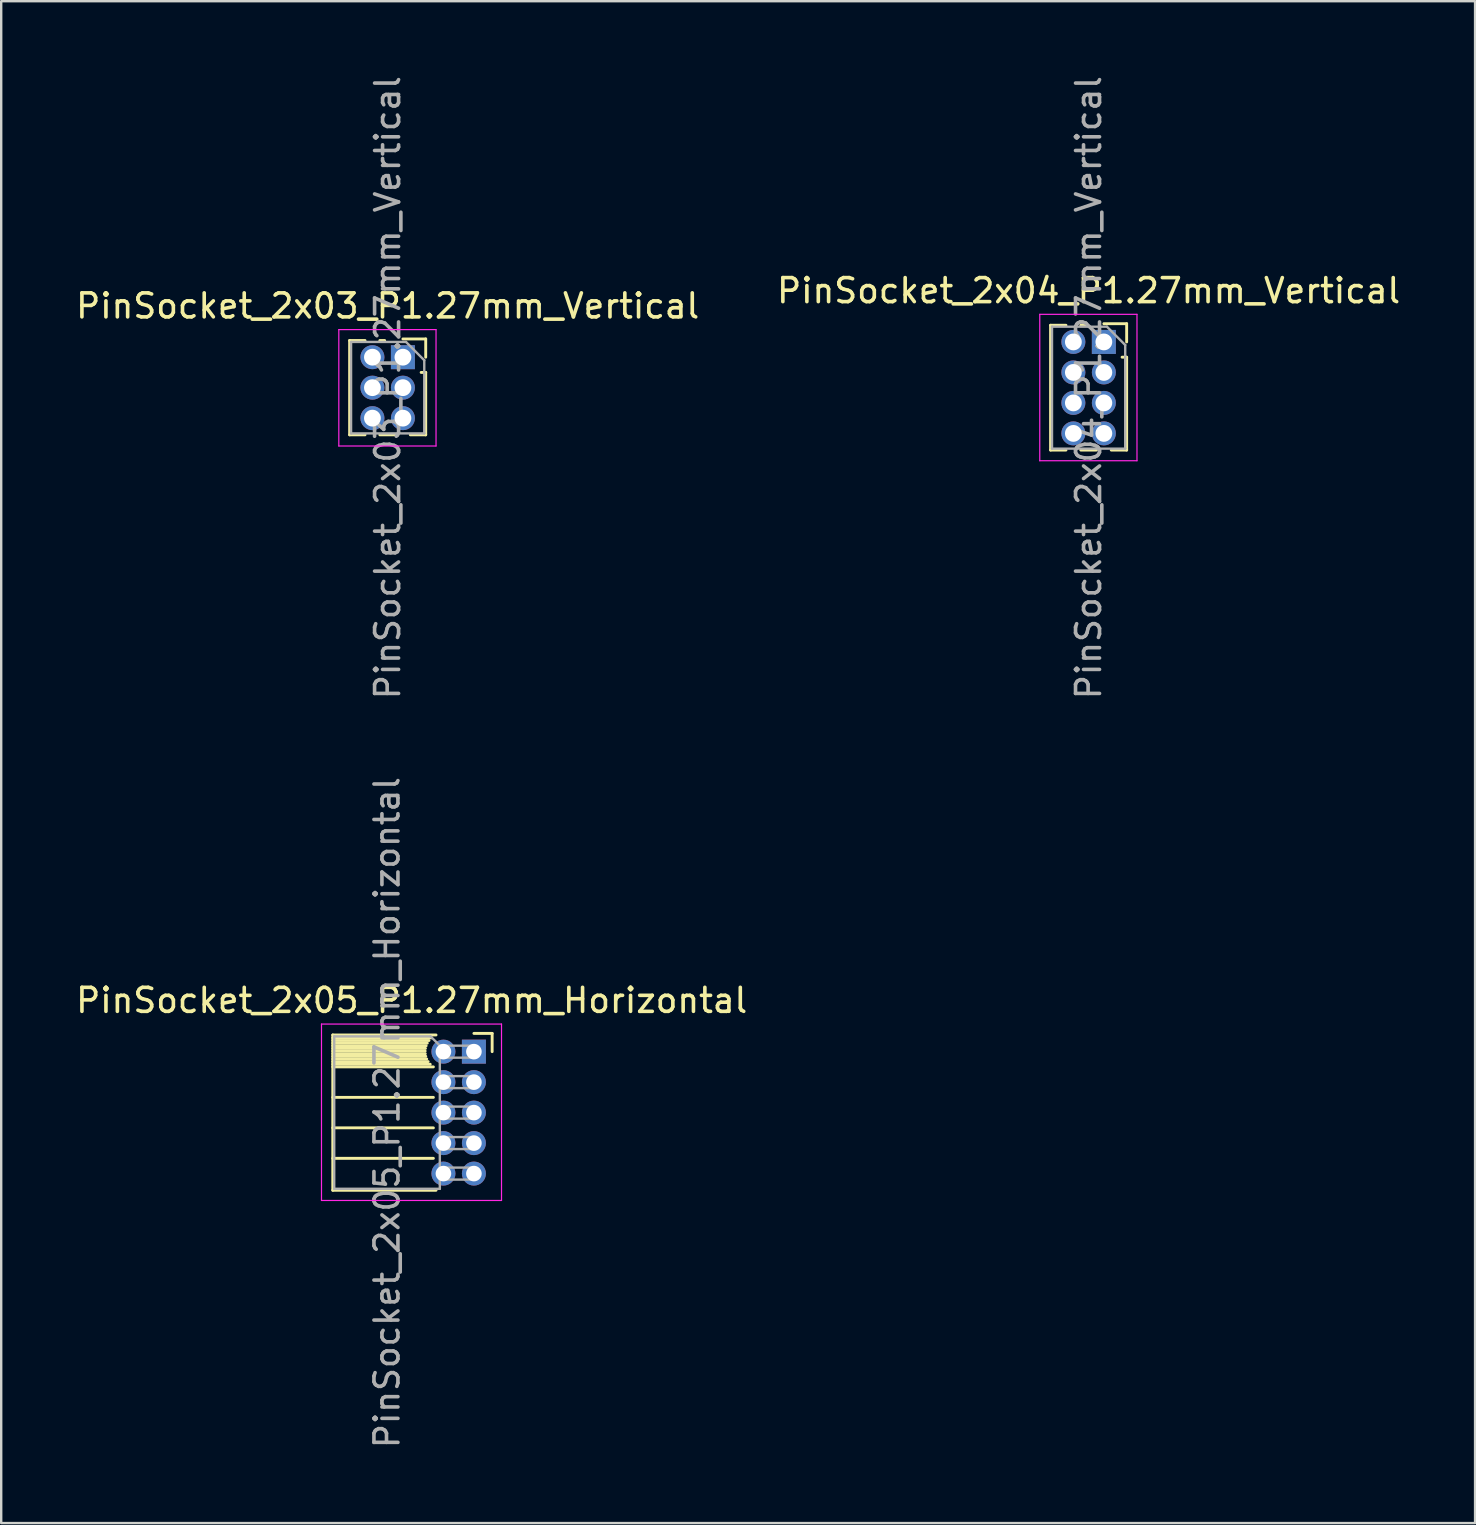
<source format=kicad_pcb>
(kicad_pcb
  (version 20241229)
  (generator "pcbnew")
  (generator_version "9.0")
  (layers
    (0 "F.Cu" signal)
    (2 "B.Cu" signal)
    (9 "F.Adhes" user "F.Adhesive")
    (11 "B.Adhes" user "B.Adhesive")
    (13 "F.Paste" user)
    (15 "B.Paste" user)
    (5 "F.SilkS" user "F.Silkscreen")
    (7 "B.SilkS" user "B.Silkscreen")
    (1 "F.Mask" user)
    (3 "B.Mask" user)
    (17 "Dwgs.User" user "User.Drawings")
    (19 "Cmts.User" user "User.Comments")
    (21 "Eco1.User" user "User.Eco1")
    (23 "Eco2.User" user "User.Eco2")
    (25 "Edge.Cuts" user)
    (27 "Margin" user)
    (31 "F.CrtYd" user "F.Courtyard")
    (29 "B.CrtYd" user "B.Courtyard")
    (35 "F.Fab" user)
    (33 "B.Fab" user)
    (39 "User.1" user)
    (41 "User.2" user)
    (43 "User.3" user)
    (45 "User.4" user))
  (footprint "PinSocket_2x05_P1.27mm_Horizontal"
    (layer "F.Cu")
    (at 16.694 40.764)
    (property "Reference" "PinSocket_2x05_P1.27mm_Horizontal" (at -2.592 -2.135 0) (layer "F.SilkS") (effects (font (size 1 1) (thickness 0.15))))
    (attr through_hole)
    (fp_line (start -5.88 -0.695) (end -5.88 5.775) (stroke (width 0.12) (type solid)) (layer "F.SilkS"))
    (fp_line (start -5.88 -0.695) (end -1.578 -0.695) (stroke (width 0.12) (type solid)) (layer "F.SilkS"))
    (fp_line (start -5.88 -0.575) (end -1.767 -0.575) (stroke (width 0.12) (type solid)) (layer "F.SilkS"))
    (fp_line (start -5.88 -0.465) (end -1.871 -0.465) (stroke (width 0.12) (type solid)) (layer "F.SilkS"))
    (fp_line (start -5.88 -0.355) (end -1.942 -0.355) (stroke (width 0.12) (type solid)) (layer "F.SilkS"))
    (fp_line (start -5.88 -0.245) (end -1.989 -0.245) (stroke (width 0.12) (type solid)) (layer "F.SilkS"))
    (fp_line (start -5.88 -0.135) (end -2.018 -0.135) (stroke (width 0.12) (type solid)) (layer "F.SilkS"))
    (fp_line (start -5.88 -0.025) (end -2.03 -0.025) (stroke (width 0.12) (type solid)) (layer "F.SilkS"))
    (fp_line (start -5.88 0.085) (end -2.025 0.085) (stroke (width 0.12) (type solid)) (layer "F.SilkS"))
    (fp_line (start -5.88 0.195) (end -2.005 0.195) (stroke (width 0.12) (type solid)) (layer "F.SilkS"))
    (fp_line (start -5.88 0.305) (end -1.966 0.305) (stroke (width 0.12) (type solid)) (layer "F.SilkS"))
    (fp_line (start -5.88 0.415) (end -1.907 0.415) (stroke (width 0.12) (type solid)) (layer "F.SilkS"))
    (fp_line (start -5.88 0.525) (end -1.82 0.525) (stroke (width 0.12) (type solid)) (layer "F.SilkS"))
    (fp_line (start -5.88 0.635) (end -1.688 0.635) (stroke (width 0.12) (type solid)) (layer "F.SilkS"))
    (fp_line (start -5.88 1.905) (end -1.688 1.905) (stroke (width 0.12) (type solid)) (layer "F.SilkS"))
    (fp_line (start -5.88 3.175) (end -1.688 3.175) (stroke (width 0.12) (type solid)) (layer "F.SilkS"))
    (fp_line (start -5.88 4.445) (end -1.688 4.445) (stroke (width 0.12) (type solid)) (layer "F.SilkS"))
    (fp_line (start -5.88 5.775) (end -1.578 5.775) (stroke (width 0.12) (type solid)) (layer "F.SilkS"))
    (fp_line (start 0 -0.76) (end 0.76 -0.76) (stroke (width 0.12) (type solid)) (layer "F.SilkS"))
    (fp_line (start 0.76 -0.76) (end 0.76 0) (stroke (width 0.12) (type solid)) (layer "F.SilkS"))
    (fp_line (start -6.35 -1.15) (end -6.35 6.2) (stroke (width 0.05) (type solid)) (layer "F.CrtYd"))
    (fp_line (start -6.35 6.2) (end 1.15 6.2) (stroke (width 0.05) (type solid)) (layer "F.CrtYd"))
    (fp_line (start 1.15 -1.15) (end -6.35 -1.15) (stroke (width 0.05) (type solid)) (layer "F.CrtYd"))
    (fp_line (start 1.15 6.2) (end 1.15 -1.15) (stroke (width 0.05) (type solid)) (layer "F.CrtYd"))
    (fp_line (start -5.82 -0.635) (end -1.805 -0.635) (stroke (width 0.1) (type solid)) (layer "F.Fab"))
    (fp_line (start -5.82 5.715) (end -5.82 -0.635) (stroke (width 0.1) (type solid)) (layer "F.Fab"))
    (fp_line (start -1.805 -0.635) (end -1.42 -0.25) (stroke (width 0.1) (type solid)) (layer "F.Fab"))
    (fp_line (start -1.42 -0.25) (end -1.42 5.715) (stroke (width 0.1) (type solid)) (layer "F.Fab"))
    (fp_line (start -1.42 0.25) (end 0 0.25) (stroke (width 0.1) (type solid)) (layer "F.Fab"))
    (fp_line (start -1.42 1.52) (end 0 1.52) (stroke (width 0.1) (type solid)) (layer "F.Fab"))
    (fp_line (start -1.42 2.79) (end 0 2.79) (stroke (width 0.1) (type solid)) (layer "F.Fab"))
    (fp_line (start -1.42 4.06) (end 0 4.06) (stroke (width 0.1) (type solid)) (layer "F.Fab"))
    (fp_line (start -1.42 5.33) (end 0 5.33) (stroke (width 0.1) (type solid)) (layer "F.Fab"))
    (fp_line (start -1.42 5.715) (end -5.82 5.715) (stroke (width 0.1) (type solid)) (layer "F.Fab"))
    (fp_line (start 0 -0.25) (end -1.42 -0.25) (stroke (width 0.1) (type solid)) (layer "F.Fab"))
    (fp_line (start 0 0.25) (end 0 -0.25) (stroke (width 0.1) (type solid)) (layer "F.Fab"))
    (fp_line (start 0 1.02) (end -1.42 1.02) (stroke (width 0.1) (type solid)) (layer "F.Fab"))
    (fp_line (start 0 1.52) (end 0 1.02) (stroke (width 0.1) (type solid)) (layer "F.Fab"))
    (fp_line (start 0 2.29) (end -1.42 2.29) (stroke (width 0.1) (type solid)) (layer "F.Fab"))
    (fp_line (start 0 2.79) (end 0 2.29) (stroke (width 0.1) (type solid)) (layer "F.Fab"))
    (fp_line (start 0 3.56) (end -1.42 3.56) (stroke (width 0.1) (type solid)) (layer "F.Fab"))
    (fp_line (start 0 4.06) (end 0 3.56) (stroke (width 0.1) (type solid)) (layer "F.Fab"))
    (fp_line (start 0 4.83) (end -1.42 4.83) (stroke (width 0.1) (type solid)) (layer "F.Fab"))
    (fp_line (start 0 5.33) (end 0 4.83) (stroke (width 0.1) (type solid)) (layer "F.Fab"))
    (fp_text user "${REFERENCE}" (at -3.62 2.54 90) (layer "F.Fab") (effects (font (size 1 1) (thickness 0.15))))
    (pad "1" thru_hole rect (at 0 0) (size 1 1) (drill 0.65) (layers "*.Cu" "*.Mask"))
    (pad "2" thru_hole oval (at -1.27 0) (size 1 1) (drill 0.65) (layers "*.Cu" "*.Mask"))
    (pad "3" thru_hole oval (at 0 1.27) (size 1 1) (drill 0.65) (layers "*.Cu" "*.Mask"))
    (pad "4" thru_hole oval (at -1.27 1.27) (size 1 1) (drill 0.65) (layers "*.Cu" "*.Mask"))
    (pad "5" thru_hole oval (at 0 2.54) (size 1 1) (drill 0.65) (layers "*.Cu" "*.Mask"))
    (pad "6" thru_hole oval (at -1.27 2.54) (size 1 1) (drill 0.65) (layers "*.Cu" "*.Mask"))
    (pad "7" thru_hole oval (at 0 3.81) (size 1 1) (drill 0.65) (layers "*.Cu" "*.Mask"))
    (pad "8" thru_hole oval (at -1.27 3.81) (size 1 1) (drill 0.65) (layers "*.Cu" "*.Mask"))
    (pad "9" thru_hole oval (at 0 5.08) (size 1 1) (drill 0.65) (layers "*.Cu" "*.Mask"))
    (pad "10" thru_hole oval (at -1.27 5.08) (size 1 1) (drill 0.65) (layers "*.Cu" "*.Mask")))
  (footprint "PinSocket_2x04_P1.27mm_Vertical"
    (layer "F.Cu")
    (at 42.939 11.196)
    (property "Reference" "PinSocket_2x04_P1.27mm_Vertical" (at -0.635 -2.135 0) (layer "F.SilkS") (effects (font (size 1 1) (thickness 0.15))))
    (attr through_hole)
    (fp_line (start -2.22 -0.695) (end -2.22 4.505) (stroke (width 0.12) (type solid)) (layer "F.SilkS"))
    (fp_line (start -2.22 -0.695) (end -1.578 -0.695) (stroke (width 0.12) (type solid)) (layer "F.SilkS"))
    (fp_line (start -2.22 4.505) (end -1.578 4.505) (stroke (width 0.12) (type solid)) (layer "F.SilkS"))
    (fp_line (start -0.962 -0.695) (end -0.76 -0.695) (stroke (width 0.12) (type solid)) (layer "F.SilkS"))
    (fp_line (start -0.962 4.505) (end -0.308 4.505) (stroke (width 0.12) (type solid)) (layer "F.SilkS"))
    (fp_line (start 0 -0.76) (end 0.95 -0.76) (stroke (width 0.12) (type solid)) (layer "F.SilkS"))
    (fp_line (start 0.308 4.505) (end 0.95 4.505) (stroke (width 0.12) (type solid)) (layer "F.SilkS"))
    (fp_line (start 0.76 0.635) (end 0.95 0.635) (stroke (width 0.12) (type solid)) (layer "F.SilkS"))
    (fp_line (start 0.95 -0.76) (end 0.95 0) (stroke (width 0.12) (type solid)) (layer "F.SilkS"))
    (fp_line (start 0.95 0.635) (end 0.95 4.505) (stroke (width 0.12) (type solid)) (layer "F.SilkS"))
    (fp_line (start -2.67 -1.15) (end 1.38 -1.15) (stroke (width 0.05) (type solid)) (layer "F.CrtYd"))
    (fp_line (start -2.67 4.95) (end -2.67 -1.15) (stroke (width 0.05) (type solid)) (layer "F.CrtYd"))
    (fp_line (start 1.38 -1.15) (end 1.38 4.95) (stroke (width 0.05) (type solid)) (layer "F.CrtYd"))
    (fp_line (start 1.38 4.95) (end -2.67 4.95) (stroke (width 0.05) (type solid)) (layer "F.CrtYd"))
    (fp_line (start -2.16 -0.635) (end 0.128 -0.635) (stroke (width 0.1) (type solid)) (layer "F.Fab"))
    (fp_line (start -2.16 4.445) (end -2.16 -0.635) (stroke (width 0.1) (type solid)) (layer "F.Fab"))
    (fp_line (start 0.128 -0.635) (end 0.89 0.128) (stroke (width 0.1) (type solid)) (layer "F.Fab"))
    (fp_line (start 0.89 0.128) (end 0.89 4.445) (stroke (width 0.1) (type solid)) (layer "F.Fab"))
    (fp_line (start 0.89 4.445) (end -2.16 4.445) (stroke (width 0.1) (type solid)) (layer "F.Fab"))
    (fp_text user "${REFERENCE}" (at -0.635 1.905 90) (layer "F.Fab") (effects (font (size 1 1) (thickness 0.15))))
    (pad "1" thru_hole rect (at 0 0) (size 1 1) (drill 0.7) (layers "*.Cu" "*.Mask"))
    (pad "2" thru_hole oval (at -1.27 0) (size 1 1) (drill 0.7) (layers "*.Cu" "*.Mask"))
    (pad "3" thru_hole oval (at 0 1.27) (size 1 1) (drill 0.7) (layers "*.Cu" "*.Mask"))
    (pad "4" thru_hole oval (at -1.27 1.27) (size 1 1) (drill 0.7) (layers "*.Cu" "*.Mask"))
    (pad "5" thru_hole oval (at 0 2.54) (size 1 1) (drill 0.7) (layers "*.Cu" "*.Mask"))
    (pad "6" thru_hole oval (at -1.27 2.54) (size 1 1) (drill 0.7) (layers "*.Cu" "*.Mask"))
    (pad "7" thru_hole oval (at 0 3.81) (size 1 1) (drill 0.7) (layers "*.Cu" "*.Mask"))
    (pad "8" thru_hole oval (at -1.27 3.81) (size 1 1) (drill 0.7) (layers "*.Cu" "*.Mask")))
  (footprint "PinSocket_2x03_P1.27mm_Vertical"
    (layer "F.Cu")
    (at 13.736 11.831)
    (property "Reference" "PinSocket_2x03_P1.27mm_Vertical" (at -0.635 -2.135 0) (layer "F.SilkS") (effects (font (size 1 1) (thickness 0.15))))
    (attr through_hole)
    (fp_line (start -2.22 -0.695) (end -2.22 3.235) (stroke (width 0.12) (type solid)) (layer "F.SilkS"))
    (fp_line (start -2.22 -0.695) (end -1.578 -0.695) (stroke (width 0.12) (type solid)) (layer "F.SilkS"))
    (fp_line (start -2.22 3.235) (end -1.578 3.235) (stroke (width 0.12) (type solid)) (layer "F.SilkS"))
    (fp_line (start -0.962 -0.695) (end -0.76 -0.695) (stroke (width 0.12) (type solid)) (layer "F.SilkS"))
    (fp_line (start -0.962 3.235) (end -0.308 3.235) (stroke (width 0.12) (type solid)) (layer "F.SilkS"))
    (fp_line (start 0 -0.76) (end 0.95 -0.76) (stroke (width 0.12) (type solid)) (layer "F.SilkS"))
    (fp_line (start 0.308 3.235) (end 0.95 3.235) (stroke (width 0.12) (type solid)) (layer "F.SilkS"))
    (fp_line (start 0.76 0.635) (end 0.95 0.635) (stroke (width 0.12) (type solid)) (layer "F.SilkS"))
    (fp_line (start 0.95 -0.76) (end 0.95 0) (stroke (width 0.12) (type solid)) (layer "F.SilkS"))
    (fp_line (start 0.95 0.635) (end 0.95 3.235) (stroke (width 0.12) (type solid)) (layer "F.SilkS"))
    (fp_line (start -2.67 -1.15) (end 1.38 -1.15) (stroke (width 0.05) (type solid)) (layer "F.CrtYd"))
    (fp_line (start -2.67 3.7) (end -2.67 -1.15) (stroke (width 0.05) (type solid)) (layer "F.CrtYd"))
    (fp_line (start 1.38 -1.15) (end 1.38 3.7) (stroke (width 0.05) (type solid)) (layer "F.CrtYd"))
    (fp_line (start 1.38 3.7) (end -2.67 3.7) (stroke (width 0.05) (type solid)) (layer "F.CrtYd"))
    (fp_line (start -2.16 -0.635) (end 0.128 -0.635) (stroke (width 0.1) (type solid)) (layer "F.Fab"))
    (fp_line (start -2.16 3.175) (end -2.16 -0.635) (stroke (width 0.1) (type solid)) (layer "F.Fab"))
    (fp_line (start 0.128 -0.635) (end 0.89 0.128) (stroke (width 0.1) (type solid)) (layer "F.Fab"))
    (fp_line (start 0.89 0.128) (end 0.89 3.175) (stroke (width 0.1) (type solid)) (layer "F.Fab"))
    (fp_line (start 0.89 3.175) (end -2.16 3.175) (stroke (width 0.1) (type solid)) (layer "F.Fab"))
    (fp_text user "${REFERENCE}" (at -0.635 1.27 90) (layer "F.Fab") (effects (font (size 1 1) (thickness 0.15))))
    (pad "1" thru_hole rect (at 0 0) (size 1 1) (drill 0.7) (layers "*.Cu" "*.Mask"))
    (pad "2" thru_hole oval (at -1.27 0) (size 1 1) (drill 0.7) (layers "*.Cu" "*.Mask"))
    (pad "3" thru_hole oval (at 0 1.27) (size 1 1) (drill 0.7) (layers "*.Cu" "*.Mask"))
    (pad "4" thru_hole oval (at -1.27 1.27) (size 1 1) (drill 0.7) (layers "*.Cu" "*.Mask"))
    (pad "5" thru_hole oval (at 0 2.54) (size 1 1) (drill 0.7) (layers "*.Cu" "*.Mask"))
    (pad "6" thru_hole oval (at -1.27 2.54) (size 1 1) (drill 0.7) (layers "*.Cu" "*.Mask")))
  (gr_rect
    (start -3 -3)
    (end 58.405 60.405)
    (stroke (width 0.1) (type default))
    (fill no)
    (layer "Edge.Cuts")))
</source>
